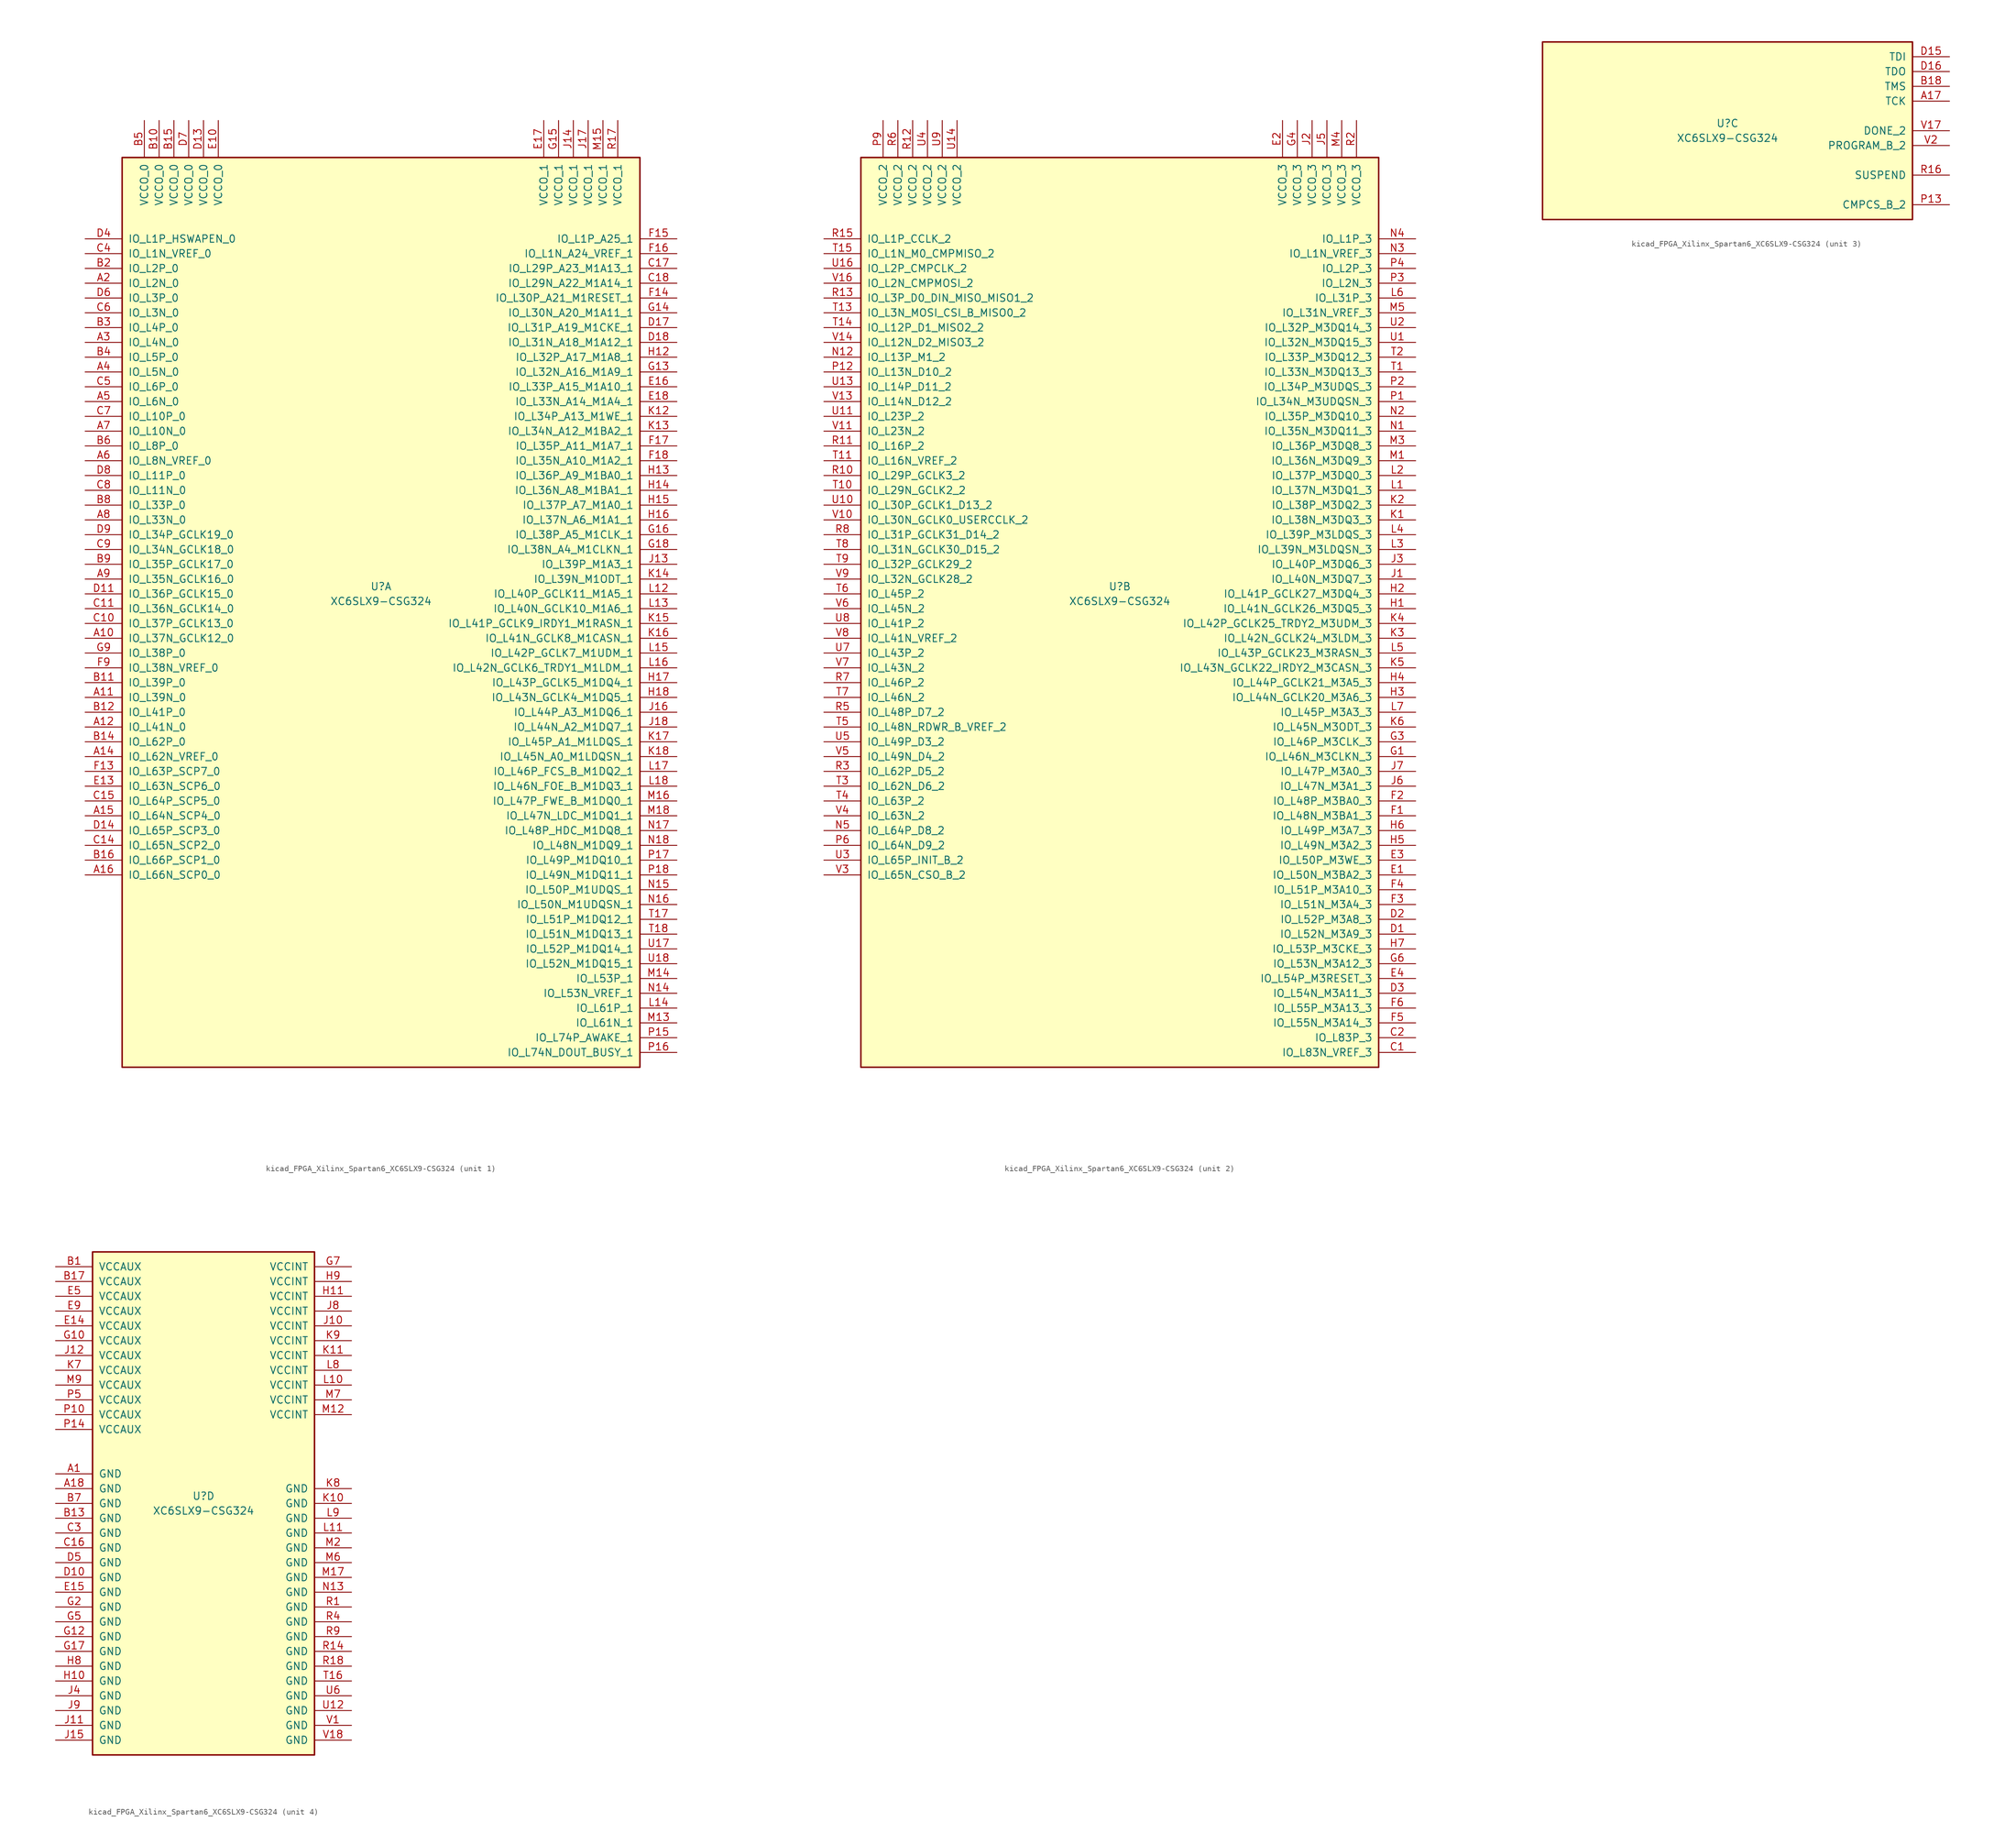
<source format=kicad_sym>
(kicad_symbol_lib
  (version 20220914)
  (generator kicad_symbol_editor)
  (symbol "kicad_FPGA_Xilinx_Spartan6_XC6SLX9-CSG324"
    (pin_names
      (offset 1.016))
    (property "Reference" "U"
      (at 0 1.27 0)
      (effects (font (size 1.27 1.27))))
    (property "Value" "XC6SLX9-CSG324"
      (at 0 -1.27 0)
      (effects (font (size 1.27 1.27))))
    (property "Datasheet" ""
      (at 0 0 0)
      (effects (font (size 1.27 1.27))))
    (property "ki_locked" ""
      (at 0 0 0)
      (effects (font (size 1.27 1.27))))
    (symbol "kicad_FPGA_Xilinx_Spartan6_XC6SLX9-CSG324_1_1"
      (rectangle (start -44.45 74.93) (end 44.45 -81.28) (stroke (width 0.254) (type default)) (fill (type background)))
      (pin bidirectional line (at -50.8 -7.62 0) (length 6.35) (name "IO_L37N_GCLK12_0" (effects (font (size 1.27 1.27)))) (number "A10" (effects (font (size 1.27 1.27)))))
      (pin bidirectional line (at -50.8 -17.78 0) (length 6.35) (name "IO_L39N_0" (effects (font (size 1.27 1.27)))) (number "A11" (effects (font (size 1.27 1.27)))))
      (pin bidirectional line (at -50.8 -22.86 0) (length 6.35) (name "IO_L41N_0" (effects (font (size 1.27 1.27)))) (number "A12" (effects (font (size 1.27 1.27)))))
      (pin bidirectional line (at -50.8 -27.94 0) (length 6.35) (name "IO_L62N_VREF_0" (effects (font (size 1.27 1.27)))) (number "A14" (effects (font (size 1.27 1.27)))))
      (pin bidirectional line (at -50.8 -38.1 0) (length 6.35) (name "IO_L64N_SCP4_0" (effects (font (size 1.27 1.27)))) (number "A15" (effects (font (size 1.27 1.27)))))
      (pin bidirectional line (at -50.8 -48.26 0) (length 6.35) (name "IO_L66N_SCP0_0" (effects (font (size 1.27 1.27)))) (number "A16" (effects (font (size 1.27 1.27)))))
      (pin bidirectional line (at -50.8 53.34 0) (length 6.35) (name "IO_L2N_0" (effects (font (size 1.27 1.27)))) (number "A2" (effects (font (size 1.27 1.27)))))
      (pin bidirectional line (at -50.8 43.18 0) (length 6.35) (name "IO_L4N_0" (effects (font (size 1.27 1.27)))) (number "A3" (effects (font (size 1.27 1.27)))))
      (pin bidirectional line (at -50.8 38.1 0) (length 6.35) (name "IO_L5N_0" (effects (font (size 1.27 1.27)))) (number "A4" (effects (font (size 1.27 1.27)))))
      (pin bidirectional line (at -50.8 33.02 0) (length 6.35) (name "IO_L6N_0" (effects (font (size 1.27 1.27)))) (number "A5" (effects (font (size 1.27 1.27)))))
      (pin bidirectional line (at -50.8 22.86 0) (length 6.35) (name "IO_L8N_VREF_0" (effects (font (size 1.27 1.27)))) (number "A6" (effects (font (size 1.27 1.27)))))
      (pin bidirectional line (at -50.8 27.94 0) (length 6.35) (name "IO_L10N_0" (effects (font (size 1.27 1.27)))) (number "A7" (effects (font (size 1.27 1.27)))))
      (pin bidirectional line (at -50.8 12.7 0) (length 6.35) (name "IO_L33N_0" (effects (font (size 1.27 1.27)))) (number "A8" (effects (font (size 1.27 1.27)))))
      (pin bidirectional line (at -50.8 2.54 0) (length 6.35) (name "IO_L35N_GCLK16_0" (effects (font (size 1.27 1.27)))) (number "A9" (effects (font (size 1.27 1.27)))))
      (pin power_in line (at -38.1 81.28 270) (length 6.35) (name "VCCO_0" (effects (font (size 1.27 1.27)))) (number "B10" (effects (font (size 1.27 1.27)))))
      (pin bidirectional line (at -50.8 -15.24 0) (length 6.35) (name "IO_L39P_0" (effects (font (size 1.27 1.27)))) (number "B11" (effects (font (size 1.27 1.27)))))
      (pin bidirectional line (at -50.8 -20.32 0) (length 6.35) (name "IO_L41P_0" (effects (font (size 1.27 1.27)))) (number "B12" (effects (font (size 1.27 1.27)))))
      (pin bidirectional line (at -50.8 -25.4 0) (length 6.35) (name "IO_L62P_0" (effects (font (size 1.27 1.27)))) (number "B14" (effects (font (size 1.27 1.27)))))
      (pin power_in line (at -35.56 81.28 270) (length 6.35) (name "VCCO_0" (effects (font (size 1.27 1.27)))) (number "B15" (effects (font (size 1.27 1.27)))))
      (pin bidirectional line (at -50.8 -45.72 0) (length 6.35) (name "IO_L66P_SCP1_0" (effects (font (size 1.27 1.27)))) (number "B16" (effects (font (size 1.27 1.27)))))
      (pin bidirectional line (at -50.8 55.88 0) (length 6.35) (name "IO_L2P_0" (effects (font (size 1.27 1.27)))) (number "B2" (effects (font (size 1.27 1.27)))))
      (pin bidirectional line (at -50.8 45.72 0) (length 6.35) (name "IO_L4P_0" (effects (font (size 1.27 1.27)))) (number "B3" (effects (font (size 1.27 1.27)))))
      (pin bidirectional line (at -50.8 40.64 0) (length 6.35) (name "IO_L5P_0" (effects (font (size 1.27 1.27)))) (number "B4" (effects (font (size 1.27 1.27)))))
      (pin power_in line (at -40.64 81.28 270) (length 6.35) (name "VCCO_0" (effects (font (size 1.27 1.27)))) (number "B5" (effects (font (size 1.27 1.27)))))
      (pin bidirectional line (at -50.8 25.4 0) (length 6.35) (name "IO_L8P_0" (effects (font (size 1.27 1.27)))) (number "B6" (effects (font (size 1.27 1.27)))))
      (pin bidirectional line (at -50.8 15.24 0) (length 6.35) (name "IO_L33P_0" (effects (font (size 1.27 1.27)))) (number "B8" (effects (font (size 1.27 1.27)))))
      (pin bidirectional line (at -50.8 5.08 0) (length 6.35) (name "IO_L35P_GCLK17_0" (effects (font (size 1.27 1.27)))) (number "B9" (effects (font (size 1.27 1.27)))))
      (pin bidirectional line (at -50.8 -5.08 0) (length 6.35) (name "IO_L37P_GCLK13_0" (effects (font (size 1.27 1.27)))) (number "C10" (effects (font (size 1.27 1.27)))))
      (pin bidirectional line (at -50.8 -2.54 0) (length 6.35) (name "IO_L36N_GCLK14_0" (effects (font (size 1.27 1.27)))) (number "C11" (effects (font (size 1.27 1.27)))))
      (pin bidirectional line (at -50.8 -43.18 0) (length 6.35) (name "IO_L65N_SCP2_0" (effects (font (size 1.27 1.27)))) (number "C14" (effects (font (size 1.27 1.27)))))
      (pin bidirectional line (at -50.8 -35.56 0) (length 6.35) (name "IO_L64P_SCP5_0" (effects (font (size 1.27 1.27)))) (number "C15" (effects (font (size 1.27 1.27)))))
      (pin bidirectional line (at 50.8 55.88 180) (length 6.35) (name "IO_L29P_A23_M1A13_1" (effects (font (size 1.27 1.27)))) (number "C17" (effects (font (size 1.27 1.27)))))
      (pin bidirectional line (at 50.8 53.34 180) (length 6.35) (name "IO_L29N_A22_M1A14_1" (effects (font (size 1.27 1.27)))) (number "C18" (effects (font (size 1.27 1.27)))))
      (pin bidirectional line (at -50.8 58.42 0) (length 6.35) (name "IO_L1N_VREF_0" (effects (font (size 1.27 1.27)))) (number "C4" (effects (font (size 1.27 1.27)))))
      (pin bidirectional line (at -50.8 35.56 0) (length 6.35) (name "IO_L6P_0" (effects (font (size 1.27 1.27)))) (number "C5" (effects (font (size 1.27 1.27)))))
      (pin bidirectional line (at -50.8 48.26 0) (length 6.35) (name "IO_L3N_0" (effects (font (size 1.27 1.27)))) (number "C6" (effects (font (size 1.27 1.27)))))
      (pin bidirectional line (at -50.8 30.48 0) (length 6.35) (name "IO_L10P_0" (effects (font (size 1.27 1.27)))) (number "C7" (effects (font (size 1.27 1.27)))))
      (pin bidirectional line (at -50.8 17.78 0) (length 6.35) (name "IO_L11N_0" (effects (font (size 1.27 1.27)))) (number "C8" (effects (font (size 1.27 1.27)))))
      (pin bidirectional line (at -50.8 7.62 0) (length 6.35) (name "IO_L34N_GCLK18_0" (effects (font (size 1.27 1.27)))) (number "C9" (effects (font (size 1.27 1.27)))))
      (pin bidirectional line (at -50.8 0 0) (length 6.35) (name "IO_L36P_GCLK15_0" (effects (font (size 1.27 1.27)))) (number "D11" (effects (font (size 1.27 1.27)))))
      (pin power_in line (at -30.48 81.28 270) (length 6.35) (name "VCCO_0" (effects (font (size 1.27 1.27)))) (number "D13" (effects (font (size 1.27 1.27)))))
      (pin bidirectional line (at -50.8 -40.64 0) (length 6.35) (name "IO_L65P_SCP3_0" (effects (font (size 1.27 1.27)))) (number "D14" (effects (font (size 1.27 1.27)))))
      (pin bidirectional line (at 50.8 45.72 180) (length 6.35) (name "IO_L31P_A19_M1CKE_1" (effects (font (size 1.27 1.27)))) (number "D17" (effects (font (size 1.27 1.27)))))
      (pin bidirectional line (at 50.8 43.18 180) (length 6.35) (name "IO_L31N_A18_M1A12_1" (effects (font (size 1.27 1.27)))) (number "D18" (effects (font (size 1.27 1.27)))))
      (pin bidirectional line (at -50.8 60.96 0) (length 6.35) (name "IO_L1P_HSWAPEN_0" (effects (font (size 1.27 1.27)))) (number "D4" (effects (font (size 1.27 1.27)))))
      (pin bidirectional line (at -50.8 50.8 0) (length 6.35) (name "IO_L3P_0" (effects (font (size 1.27 1.27)))) (number "D6" (effects (font (size 1.27 1.27)))))
      (pin power_in line (at -33.02 81.28 270) (length 6.35) (name "VCCO_0" (effects (font (size 1.27 1.27)))) (number "D7" (effects (font (size 1.27 1.27)))))
      (pin bidirectional line (at -50.8 20.32 0) (length 6.35) (name "IO_L11P_0" (effects (font (size 1.27 1.27)))) (number "D8" (effects (font (size 1.27 1.27)))))
      (pin bidirectional line (at -50.8 10.16 0) (length 6.35) (name "IO_L34P_GCLK19_0" (effects (font (size 1.27 1.27)))) (number "D9" (effects (font (size 1.27 1.27)))))
      (pin power_in line (at -27.94 81.28 270) (length 6.35) (name "VCCO_0" (effects (font (size 1.27 1.27)))) (number "E10" (effects (font (size 1.27 1.27)))))
      (pin bidirectional line (at -50.8 -33.02 0) (length 6.35) (name "IO_L63N_SCP6_0" (effects (font (size 1.27 1.27)))) (number "E13" (effects (font (size 1.27 1.27)))))
      (pin bidirectional line (at 50.8 35.56 180) (length 6.35) (name "IO_L33P_A15_M1A10_1" (effects (font (size 1.27 1.27)))) (number "E16" (effects (font (size 1.27 1.27)))))
      (pin power_in line (at 27.94 81.28 270) (length 6.35) (name "VCCO_1" (effects (font (size 1.27 1.27)))) (number "E17" (effects (font (size 1.27 1.27)))))
      (pin bidirectional line (at 50.8 33.02 180) (length 6.35) (name "IO_L33N_A14_M1A4_1" (effects (font (size 1.27 1.27)))) (number "E18" (effects (font (size 1.27 1.27)))))
      (pin bidirectional line (at -50.8 -30.48 0) (length 6.35) (name "IO_L63P_SCP7_0" (effects (font (size 1.27 1.27)))) (number "F13" (effects (font (size 1.27 1.27)))))
      (pin bidirectional line (at 50.8 50.8 180) (length 6.35) (name "IO_L30P_A21_M1RESET_1" (effects (font (size 1.27 1.27)))) (number "F14" (effects (font (size 1.27 1.27)))))
      (pin bidirectional line (at 50.8 60.96 180) (length 6.35) (name "IO_L1P_A25_1" (effects (font (size 1.27 1.27)))) (number "F15" (effects (font (size 1.27 1.27)))))
      (pin bidirectional line (at 50.8 58.42 180) (length 6.35) (name "IO_L1N_A24_VREF_1" (effects (font (size 1.27 1.27)))) (number "F16" (effects (font (size 1.27 1.27)))))
      (pin bidirectional line (at 50.8 25.4 180) (length 6.35) (name "IO_L35P_A11_M1A7_1" (effects (font (size 1.27 1.27)))) (number "F17" (effects (font (size 1.27 1.27)))))
      (pin bidirectional line (at 50.8 22.86 180) (length 6.35) (name "IO_L35N_A10_M1A2_1" (effects (font (size 1.27 1.27)))) (number "F18" (effects (font (size 1.27 1.27)))))
      (pin bidirectional line (at -50.8 -12.7 0) (length 6.35) (name "IO_L38N_VREF_0" (effects (font (size 1.27 1.27)))) (number "F9" (effects (font (size 1.27 1.27)))))
      (pin bidirectional line (at 50.8 38.1 180) (length 6.35) (name "IO_L32N_A16_M1A9_1" (effects (font (size 1.27 1.27)))) (number "G13" (effects (font (size 1.27 1.27)))))
      (pin bidirectional line (at 50.8 48.26 180) (length 6.35) (name "IO_L30N_A20_M1A11_1" (effects (font (size 1.27 1.27)))) (number "G14" (effects (font (size 1.27 1.27)))))
      (pin power_in line (at 30.48 81.28 270) (length 6.35) (name "VCCO_1" (effects (font (size 1.27 1.27)))) (number "G15" (effects (font (size 1.27 1.27)))))
      (pin bidirectional line (at 50.8 10.16 180) (length 6.35) (name "IO_L38P_A5_M1CLK_1" (effects (font (size 1.27 1.27)))) (number "G16" (effects (font (size 1.27 1.27)))))
      (pin bidirectional line (at 50.8 7.62 180) (length 6.35) (name "IO_L38N_A4_M1CLKN_1" (effects (font (size 1.27 1.27)))) (number "G18" (effects (font (size 1.27 1.27)))))
      (pin bidirectional line (at -50.8 -10.16 0) (length 6.35) (name "IO_L38P_0" (effects (font (size 1.27 1.27)))) (number "G9" (effects (font (size 1.27 1.27)))))
      (pin bidirectional line (at 50.8 40.64 180) (length 6.35) (name "IO_L32P_A17_M1A8_1" (effects (font (size 1.27 1.27)))) (number "H12" (effects (font (size 1.27 1.27)))))
      (pin bidirectional line (at 50.8 20.32 180) (length 6.35) (name "IO_L36P_A9_M1BA0_1" (effects (font (size 1.27 1.27)))) (number "H13" (effects (font (size 1.27 1.27)))))
      (pin bidirectional line (at 50.8 17.78 180) (length 6.35) (name "IO_L36N_A8_M1BA1_1" (effects (font (size 1.27 1.27)))) (number "H14" (effects (font (size 1.27 1.27)))))
      (pin bidirectional line (at 50.8 15.24 180) (length 6.35) (name "IO_L37P_A7_M1A0_1" (effects (font (size 1.27 1.27)))) (number "H15" (effects (font (size 1.27 1.27)))))
      (pin bidirectional line (at 50.8 12.7 180) (length 6.35) (name "IO_L37N_A6_M1A1_1" (effects (font (size 1.27 1.27)))) (number "H16" (effects (font (size 1.27 1.27)))))
      (pin bidirectional line (at 50.8 -15.24 180) (length 6.35) (name "IO_L43P_GCLK5_M1DQ4_1" (effects (font (size 1.27 1.27)))) (number "H17" (effects (font (size 1.27 1.27)))))
      (pin bidirectional line (at 50.8 -17.78 180) (length 6.35) (name "IO_L43N_GCLK4_M1DQ5_1" (effects (font (size 1.27 1.27)))) (number "H18" (effects (font (size 1.27 1.27)))))
      (pin bidirectional line (at 50.8 5.08 180) (length 6.35) (name "IO_L39P_M1A3_1" (effects (font (size 1.27 1.27)))) (number "J13" (effects (font (size 1.27 1.27)))))
      (pin power_in line (at 33.02 81.28 270) (length 6.35) (name "VCCO_1" (effects (font (size 1.27 1.27)))) (number "J14" (effects (font (size 1.27 1.27)))))
      (pin bidirectional line (at 50.8 -20.32 180) (length 6.35) (name "IO_L44P_A3_M1DQ6_1" (effects (font (size 1.27 1.27)))) (number "J16" (effects (font (size 1.27 1.27)))))
      (pin power_in line (at 35.56 81.28 270) (length 6.35) (name "VCCO_1" (effects (font (size 1.27 1.27)))) (number "J17" (effects (font (size 1.27 1.27)))))
      (pin bidirectional line (at 50.8 -22.86 180) (length 6.35) (name "IO_L44N_A2_M1DQ7_1" (effects (font (size 1.27 1.27)))) (number "J18" (effects (font (size 1.27 1.27)))))
      (pin bidirectional line (at 50.8 30.48 180) (length 6.35) (name "IO_L34P_A13_M1WE_1" (effects (font (size 1.27 1.27)))) (number "K12" (effects (font (size 1.27 1.27)))))
      (pin bidirectional line (at 50.8 27.94 180) (length 6.35) (name "IO_L34N_A12_M1BA2_1" (effects (font (size 1.27 1.27)))) (number "K13" (effects (font (size 1.27 1.27)))))
      (pin bidirectional line (at 50.8 2.54 180) (length 6.35) (name "IO_L39N_M1ODT_1" (effects (font (size 1.27 1.27)))) (number "K14" (effects (font (size 1.27 1.27)))))
      (pin bidirectional line (at 50.8 -5.08 180) (length 6.35) (name "IO_L41P_GCLK9_IRDY1_M1RASN_1" (effects (font (size 1.27 1.27)))) (number "K15" (effects (font (size 1.27 1.27)))))
      (pin bidirectional line (at 50.8 -7.62 180) (length 6.35) (name "IO_L41N_GCLK8_M1CASN_1" (effects (font (size 1.27 1.27)))) (number "K16" (effects (font (size 1.27 1.27)))))
      (pin bidirectional line (at 50.8 -25.4 180) (length 6.35) (name "IO_L45P_A1_M1LDQS_1" (effects (font (size 1.27 1.27)))) (number "K17" (effects (font (size 1.27 1.27)))))
      (pin bidirectional line (at 50.8 -27.94 180) (length 6.35) (name "IO_L45N_A0_M1LDQSN_1" (effects (font (size 1.27 1.27)))) (number "K18" (effects (font (size 1.27 1.27)))))
      (pin bidirectional line (at 50.8 0 180) (length 6.35) (name "IO_L40P_GCLK11_M1A5_1" (effects (font (size 1.27 1.27)))) (number "L12" (effects (font (size 1.27 1.27)))))
      (pin bidirectional line (at 50.8 -2.54 180) (length 6.35) (name "IO_L40N_GCLK10_M1A6_1" (effects (font (size 1.27 1.27)))) (number "L13" (effects (font (size 1.27 1.27)))))
      (pin bidirectional line (at 50.8 -71.12 180) (length 6.35) (name "IO_L61P_1" (effects (font (size 1.27 1.27)))) (number "L14" (effects (font (size 1.27 1.27)))))
      (pin bidirectional line (at 50.8 -10.16 180) (length 6.35) (name "IO_L42P_GCLK7_M1UDM_1" (effects (font (size 1.27 1.27)))) (number "L15" (effects (font (size 1.27 1.27)))))
      (pin bidirectional line (at 50.8 -12.7 180) (length 6.35) (name "IO_L42N_GCLK6_TRDY1_M1LDM_1" (effects (font (size 1.27 1.27)))) (number "L16" (effects (font (size 1.27 1.27)))))
      (pin bidirectional line (at 50.8 -30.48 180) (length 6.35) (name "IO_L46P_FCS_B_M1DQ2_1" (effects (font (size 1.27 1.27)))) (number "L17" (effects (font (size 1.27 1.27)))))
      (pin bidirectional line (at 50.8 -33.02 180) (length 6.35) (name "IO_L46N_FOE_B_M1DQ3_1" (effects (font (size 1.27 1.27)))) (number "L18" (effects (font (size 1.27 1.27)))))
      (pin bidirectional line (at 50.8 -73.66 180) (length 6.35) (name "IO_L61N_1" (effects (font (size 1.27 1.27)))) (number "M13" (effects (font (size 1.27 1.27)))))
      (pin bidirectional line (at 50.8 -66.04 180) (length 6.35) (name "IO_L53P_1" (effects (font (size 1.27 1.27)))) (number "M14" (effects (font (size 1.27 1.27)))))
      (pin power_in line (at 38.1 81.28 270) (length 6.35) (name "VCCO_1" (effects (font (size 1.27 1.27)))) (number "M15" (effects (font (size 1.27 1.27)))))
      (pin bidirectional line (at 50.8 -35.56 180) (length 6.35) (name "IO_L47P_FWE_B_M1DQ0_1" (effects (font (size 1.27 1.27)))) (number "M16" (effects (font (size 1.27 1.27)))))
      (pin bidirectional line (at 50.8 -38.1 180) (length 6.35) (name "IO_L47N_LDC_M1DQ1_1" (effects (font (size 1.27 1.27)))) (number "M18" (effects (font (size 1.27 1.27)))))
      (pin bidirectional line (at 50.8 -68.58 180) (length 6.35) (name "IO_L53N_VREF_1" (effects (font (size 1.27 1.27)))) (number "N14" (effects (font (size 1.27 1.27)))))
      (pin bidirectional line (at 50.8 -50.8 180) (length 6.35) (name "IO_L50P_M1UDQS_1" (effects (font (size 1.27 1.27)))) (number "N15" (effects (font (size 1.27 1.27)))))
      (pin bidirectional line (at 50.8 -53.34 180) (length 6.35) (name "IO_L50N_M1UDQSN_1" (effects (font (size 1.27 1.27)))) (number "N16" (effects (font (size 1.27 1.27)))))
      (pin bidirectional line (at 50.8 -40.64 180) (length 6.35) (name "IO_L48P_HDC_M1DQ8_1" (effects (font (size 1.27 1.27)))) (number "N17" (effects (font (size 1.27 1.27)))))
      (pin bidirectional line (at 50.8 -43.18 180) (length 6.35) (name "IO_L48N_M1DQ9_1" (effects (font (size 1.27 1.27)))) (number "N18" (effects (font (size 1.27 1.27)))))
      (pin bidirectional line (at 50.8 -76.2 180) (length 6.35) (name "IO_L74P_AWAKE_1" (effects (font (size 1.27 1.27)))) (number "P15" (effects (font (size 1.27 1.27)))))
      (pin bidirectional line (at 50.8 -78.74 180) (length 6.35) (name "IO_L74N_DOUT_BUSY_1" (effects (font (size 1.27 1.27)))) (number "P16" (effects (font (size 1.27 1.27)))))
      (pin bidirectional line (at 50.8 -45.72 180) (length 6.35) (name "IO_L49P_M1DQ10_1" (effects (font (size 1.27 1.27)))) (number "P17" (effects (font (size 1.27 1.27)))))
      (pin bidirectional line (at 50.8 -48.26 180) (length 6.35) (name "IO_L49N_M1DQ11_1" (effects (font (size 1.27 1.27)))) (number "P18" (effects (font (size 1.27 1.27)))))
      (pin power_in line (at 40.64 81.28 270) (length 6.35) (name "VCCO_1" (effects (font (size 1.27 1.27)))) (number "R17" (effects (font (size 1.27 1.27)))))
      (pin bidirectional line (at 50.8 -55.88 180) (length 6.35) (name "IO_L51P_M1DQ12_1" (effects (font (size 1.27 1.27)))) (number "T17" (effects (font (size 1.27 1.27)))))
      (pin bidirectional line (at 50.8 -58.42 180) (length 6.35) (name "IO_L51N_M1DQ13_1" (effects (font (size 1.27 1.27)))) (number "T18" (effects (font (size 1.27 1.27)))))
      (pin bidirectional line (at 50.8 -60.96 180) (length 6.35) (name "IO_L52P_M1DQ14_1" (effects (font (size 1.27 1.27)))) (number "U17" (effects (font (size 1.27 1.27)))))
      (pin bidirectional line (at 50.8 -63.5 180) (length 6.35) (name "IO_L52N_M1DQ15_1" (effects (font (size 1.27 1.27)))) (number "U18" (effects (font (size 1.27 1.27))))))
    (symbol "kicad_FPGA_Xilinx_Spartan6_XC6SLX9-CSG324_2_1"
      (rectangle (start -44.45 74.93) (end 44.45 -81.28) (stroke (width 0.254) (type default)) (fill (type background)))
      (pin bidirectional line (at 50.8 -78.74 180) (length 6.35) (name "IO_L83N_VREF_3" (effects (font (size 1.27 1.27)))) (number "C1" (effects (font (size 1.27 1.27)))))
      (pin bidirectional line (at 50.8 -76.2 180) (length 6.35) (name "IO_L83P_3" (effects (font (size 1.27 1.27)))) (number "C2" (effects (font (size 1.27 1.27)))))
      (pin bidirectional line (at 50.8 -58.42 180) (length 6.35) (name "IO_L52N_M3A9_3" (effects (font (size 1.27 1.27)))) (number "D1" (effects (font (size 1.27 1.27)))))
      (pin bidirectional line (at 50.8 -55.88 180) (length 6.35) (name "IO_L52P_M3A8_3" (effects (font (size 1.27 1.27)))) (number "D2" (effects (font (size 1.27 1.27)))))
      (pin bidirectional line (at 50.8 -68.58 180) (length 6.35) (name "IO_L54N_M3A11_3" (effects (font (size 1.27 1.27)))) (number "D3" (effects (font (size 1.27 1.27)))))
      (pin bidirectional line (at 50.8 -48.26 180) (length 6.35) (name "IO_L50N_M3BA2_3" (effects (font (size 1.27 1.27)))) (number "E1" (effects (font (size 1.27 1.27)))))
      (pin power_in line (at 27.94 81.28 270) (length 6.35) (name "VCCO_3" (effects (font (size 1.27 1.27)))) (number "E2" (effects (font (size 1.27 1.27)))))
      (pin bidirectional line (at 50.8 -45.72 180) (length 6.35) (name "IO_L50P_M3WE_3" (effects (font (size 1.27 1.27)))) (number "E3" (effects (font (size 1.27 1.27)))))
      (pin bidirectional line (at 50.8 -66.04 180) (length 6.35) (name "IO_L54P_M3RESET_3" (effects (font (size 1.27 1.27)))) (number "E4" (effects (font (size 1.27 1.27)))))
      (pin bidirectional line (at 50.8 -38.1 180) (length 6.35) (name "IO_L48N_M3BA1_3" (effects (font (size 1.27 1.27)))) (number "F1" (effects (font (size 1.27 1.27)))))
      (pin bidirectional line (at 50.8 -35.56 180) (length 6.35) (name "IO_L48P_M3BA0_3" (effects (font (size 1.27 1.27)))) (number "F2" (effects (font (size 1.27 1.27)))))
      (pin bidirectional line (at 50.8 -53.34 180) (length 6.35) (name "IO_L51N_M3A4_3" (effects (font (size 1.27 1.27)))) (number "F3" (effects (font (size 1.27 1.27)))))
      (pin bidirectional line (at 50.8 -50.8 180) (length 6.35) (name "IO_L51P_M3A10_3" (effects (font (size 1.27 1.27)))) (number "F4" (effects (font (size 1.27 1.27)))))
      (pin bidirectional line (at 50.8 -73.66 180) (length 6.35) (name "IO_L55N_M3A14_3" (effects (font (size 1.27 1.27)))) (number "F5" (effects (font (size 1.27 1.27)))))
      (pin bidirectional line (at 50.8 -71.12 180) (length 6.35) (name "IO_L55P_M3A13_3" (effects (font (size 1.27 1.27)))) (number "F6" (effects (font (size 1.27 1.27)))))
      (pin bidirectional line (at 50.8 -27.94 180) (length 6.35) (name "IO_L46N_M3CLKN_3" (effects (font (size 1.27 1.27)))) (number "G1" (effects (font (size 1.27 1.27)))))
      (pin bidirectional line (at 50.8 -25.4 180) (length 6.35) (name "IO_L46P_M3CLK_3" (effects (font (size 1.27 1.27)))) (number "G3" (effects (font (size 1.27 1.27)))))
      (pin power_in line (at 30.48 81.28 270) (length 6.35) (name "VCCO_3" (effects (font (size 1.27 1.27)))) (number "G4" (effects (font (size 1.27 1.27)))))
      (pin bidirectional line (at 50.8 -63.5 180) (length 6.35) (name "IO_L53N_M3A12_3" (effects (font (size 1.27 1.27)))) (number "G6" (effects (font (size 1.27 1.27)))))
      (pin bidirectional line (at 50.8 -2.54 180) (length 6.35) (name "IO_L41N_GCLK26_M3DQ5_3" (effects (font (size 1.27 1.27)))) (number "H1" (effects (font (size 1.27 1.27)))))
      (pin bidirectional line (at 50.8 0 180) (length 6.35) (name "IO_L41P_GCLK27_M3DQ4_3" (effects (font (size 1.27 1.27)))) (number "H2" (effects (font (size 1.27 1.27)))))
      (pin bidirectional line (at 50.8 -17.78 180) (length 6.35) (name "IO_L44N_GCLK20_M3A6_3" (effects (font (size 1.27 1.27)))) (number "H3" (effects (font (size 1.27 1.27)))))
      (pin bidirectional line (at 50.8 -15.24 180) (length 6.35) (name "IO_L44P_GCLK21_M3A5_3" (effects (font (size 1.27 1.27)))) (number "H4" (effects (font (size 1.27 1.27)))))
      (pin bidirectional line (at 50.8 -43.18 180) (length 6.35) (name "IO_L49N_M3A2_3" (effects (font (size 1.27 1.27)))) (number "H5" (effects (font (size 1.27 1.27)))))
      (pin bidirectional line (at 50.8 -40.64 180) (length 6.35) (name "IO_L49P_M3A7_3" (effects (font (size 1.27 1.27)))) (number "H6" (effects (font (size 1.27 1.27)))))
      (pin bidirectional line (at 50.8 -60.96 180) (length 6.35) (name "IO_L53P_M3CKE_3" (effects (font (size 1.27 1.27)))) (number "H7" (effects (font (size 1.27 1.27)))))
      (pin bidirectional line (at 50.8 2.54 180) (length 6.35) (name "IO_L40N_M3DQ7_3" (effects (font (size 1.27 1.27)))) (number "J1" (effects (font (size 1.27 1.27)))))
      (pin power_in line (at 33.02 81.28 270) (length 6.35) (name "VCCO_3" (effects (font (size 1.27 1.27)))) (number "J2" (effects (font (size 1.27 1.27)))))
      (pin bidirectional line (at 50.8 5.08 180) (length 6.35) (name "IO_L40P_M3DQ6_3" (effects (font (size 1.27 1.27)))) (number "J3" (effects (font (size 1.27 1.27)))))
      (pin power_in line (at 35.56 81.28 270) (length 6.35) (name "VCCO_3" (effects (font (size 1.27 1.27)))) (number "J5" (effects (font (size 1.27 1.27)))))
      (pin bidirectional line (at 50.8 -33.02 180) (length 6.35) (name "IO_L47N_M3A1_3" (effects (font (size 1.27 1.27)))) (number "J6" (effects (font (size 1.27 1.27)))))
      (pin bidirectional line (at 50.8 -30.48 180) (length 6.35) (name "IO_L47P_M3A0_3" (effects (font (size 1.27 1.27)))) (number "J7" (effects (font (size 1.27 1.27)))))
      (pin bidirectional line (at 50.8 12.7 180) (length 6.35) (name "IO_L38N_M3DQ3_3" (effects (font (size 1.27 1.27)))) (number "K1" (effects (font (size 1.27 1.27)))))
      (pin bidirectional line (at 50.8 15.24 180) (length 6.35) (name "IO_L38P_M3DQ2_3" (effects (font (size 1.27 1.27)))) (number "K2" (effects (font (size 1.27 1.27)))))
      (pin bidirectional line (at 50.8 -7.62 180) (length 6.35) (name "IO_L42N_GCLK24_M3LDM_3" (effects (font (size 1.27 1.27)))) (number "K3" (effects (font (size 1.27 1.27)))))
      (pin bidirectional line (at 50.8 -5.08 180) (length 6.35) (name "IO_L42P_GCLK25_TRDY2_M3UDM_3" (effects (font (size 1.27 1.27)))) (number "K4" (effects (font (size 1.27 1.27)))))
      (pin bidirectional line (at 50.8 -12.7 180) (length 6.35) (name "IO_L43N_GCLK22_IRDY2_M3CASN_3" (effects (font (size 1.27 1.27)))) (number "K5" (effects (font (size 1.27 1.27)))))
      (pin bidirectional line (at 50.8 -22.86 180) (length 6.35) (name "IO_L45N_M3ODT_3" (effects (font (size 1.27 1.27)))) (number "K6" (effects (font (size 1.27 1.27)))))
      (pin bidirectional line (at 50.8 17.78 180) (length 6.35) (name "IO_L37N_M3DQ1_3" (effects (font (size 1.27 1.27)))) (number "L1" (effects (font (size 1.27 1.27)))))
      (pin bidirectional line (at 50.8 20.32 180) (length 6.35) (name "IO_L37P_M3DQ0_3" (effects (font (size 1.27 1.27)))) (number "L2" (effects (font (size 1.27 1.27)))))
      (pin bidirectional line (at 50.8 7.62 180) (length 6.35) (name "IO_L39N_M3LDQSN_3" (effects (font (size 1.27 1.27)))) (number "L3" (effects (font (size 1.27 1.27)))))
      (pin bidirectional line (at 50.8 10.16 180) (length 6.35) (name "IO_L39P_M3LDQS_3" (effects (font (size 1.27 1.27)))) (number "L4" (effects (font (size 1.27 1.27)))))
      (pin bidirectional line (at 50.8 -10.16 180) (length 6.35) (name "IO_L43P_GCLK23_M3RASN_3" (effects (font (size 1.27 1.27)))) (number "L5" (effects (font (size 1.27 1.27)))))
      (pin bidirectional line (at 50.8 50.8 180) (length 6.35) (name "IO_L31P_3" (effects (font (size 1.27 1.27)))) (number "L6" (effects (font (size 1.27 1.27)))))
      (pin bidirectional line (at 50.8 -20.32 180) (length 6.35) (name "IO_L45P_M3A3_3" (effects (font (size 1.27 1.27)))) (number "L7" (effects (font (size 1.27 1.27)))))
      (pin bidirectional line (at 50.8 22.86 180) (length 6.35) (name "IO_L36N_M3DQ9_3" (effects (font (size 1.27 1.27)))) (number "M1" (effects (font (size 1.27 1.27)))))
      (pin bidirectional line (at 50.8 25.4 180) (length 6.35) (name "IO_L36P_M3DQ8_3" (effects (font (size 1.27 1.27)))) (number "M3" (effects (font (size 1.27 1.27)))))
      (pin power_in line (at 38.1 81.28 270) (length 6.35) (name "VCCO_3" (effects (font (size 1.27 1.27)))) (number "M4" (effects (font (size 1.27 1.27)))))
      (pin bidirectional line (at 50.8 48.26 180) (length 6.35) (name "IO_L31N_VREF_3" (effects (font (size 1.27 1.27)))) (number "M5" (effects (font (size 1.27 1.27)))))
      (pin bidirectional line (at 50.8 27.94 180) (length 6.35) (name "IO_L35N_M3DQ11_3" (effects (font (size 1.27 1.27)))) (number "N1" (effects (font (size 1.27 1.27)))))
      (pin bidirectional line (at -50.8 40.64 0) (length 6.35) (name "IO_L13P_M1_2" (effects (font (size 1.27 1.27)))) (number "N12" (effects (font (size 1.27 1.27)))))
      (pin bidirectional line (at 50.8 30.48 180) (length 6.35) (name "IO_L35P_M3DQ10_3" (effects (font (size 1.27 1.27)))) (number "N2" (effects (font (size 1.27 1.27)))))
      (pin bidirectional line (at 50.8 58.42 180) (length 6.35) (name "IO_L1N_VREF_3" (effects (font (size 1.27 1.27)))) (number "N3" (effects (font (size 1.27 1.27)))))
      (pin bidirectional line (at 50.8 60.96 180) (length 6.35) (name "IO_L1P_3" (effects (font (size 1.27 1.27)))) (number "N4" (effects (font (size 1.27 1.27)))))
      (pin bidirectional line (at -50.8 -40.64 0) (length 6.35) (name "IO_L64P_D8_2" (effects (font (size 1.27 1.27)))) (number "N5" (effects (font (size 1.27 1.27)))))
      (pin bidirectional line (at 50.8 33.02 180) (length 6.35) (name "IO_L34N_M3UDQSN_3" (effects (font (size 1.27 1.27)))) (number "P1" (effects (font (size 1.27 1.27)))))
      (pin bidirectional line (at -50.8 38.1 0) (length 6.35) (name "IO_L13N_D10_2" (effects (font (size 1.27 1.27)))) (number "P12" (effects (font (size 1.27 1.27)))))
      (pin bidirectional line (at 50.8 35.56 180) (length 6.35) (name "IO_L34P_M3UDQS_3" (effects (font (size 1.27 1.27)))) (number "P2" (effects (font (size 1.27 1.27)))))
      (pin bidirectional line (at 50.8 53.34 180) (length 6.35) (name "IO_L2N_3" (effects (font (size 1.27 1.27)))) (number "P3" (effects (font (size 1.27 1.27)))))
      (pin bidirectional line (at 50.8 55.88 180) (length 6.35) (name "IO_L2P_3" (effects (font (size 1.27 1.27)))) (number "P4" (effects (font (size 1.27 1.27)))))
      (pin bidirectional line (at -50.8 -43.18 0) (length 6.35) (name "IO_L64N_D9_2" (effects (font (size 1.27 1.27)))) (number "P6" (effects (font (size 1.27 1.27)))))
      (pin power_in line (at -40.64 81.28 270) (length 6.35) (name "VCCO_2" (effects (font (size 1.27 1.27)))) (number "P9" (effects (font (size 1.27 1.27)))))
      (pin bidirectional line (at -50.8 20.32 0) (length 6.35) (name "IO_L29P_GCLK3_2" (effects (font (size 1.27 1.27)))) (number "R10" (effects (font (size 1.27 1.27)))))
      (pin bidirectional line (at -50.8 25.4 0) (length 6.35) (name "IO_L16P_2" (effects (font (size 1.27 1.27)))) (number "R11" (effects (font (size 1.27 1.27)))))
      (pin power_in line (at -35.56 81.28 270) (length 6.35) (name "VCCO_2" (effects (font (size 1.27 1.27)))) (number "R12" (effects (font (size 1.27 1.27)))))
      (pin bidirectional line (at -50.8 50.8 0) (length 6.35) (name "IO_L3P_D0_DIN_MISO_MISO1_2" (effects (font (size 1.27 1.27)))) (number "R13" (effects (font (size 1.27 1.27)))))
      (pin bidirectional line (at -50.8 60.96 0) (length 6.35) (name "IO_L1P_CCLK_2" (effects (font (size 1.27 1.27)))) (number "R15" (effects (font (size 1.27 1.27)))))
      (pin power_in line (at 40.64 81.28 270) (length 6.35) (name "VCCO_3" (effects (font (size 1.27 1.27)))) (number "R2" (effects (font (size 1.27 1.27)))))
      (pin bidirectional line (at -50.8 -30.48 0) (length 6.35) (name "IO_L62P_D5_2" (effects (font (size 1.27 1.27)))) (number "R3" (effects (font (size 1.27 1.27)))))
      (pin bidirectional line (at -50.8 -20.32 0) (length 6.35) (name "IO_L48P_D7_2" (effects (font (size 1.27 1.27)))) (number "R5" (effects (font (size 1.27 1.27)))))
      (pin power_in line (at -38.1 81.28 270) (length 6.35) (name "VCCO_2" (effects (font (size 1.27 1.27)))) (number "R6" (effects (font (size 1.27 1.27)))))
      (pin bidirectional line (at -50.8 -15.24 0) (length 6.35) (name "IO_L46P_2" (effects (font (size 1.27 1.27)))) (number "R7" (effects (font (size 1.27 1.27)))))
      (pin bidirectional line (at -50.8 10.16 0) (length 6.35) (name "IO_L31P_GCLK31_D14_2" (effects (font (size 1.27 1.27)))) (number "R8" (effects (font (size 1.27 1.27)))))
      (pin bidirectional line (at 50.8 38.1 180) (length 6.35) (name "IO_L33N_M3DQ13_3" (effects (font (size 1.27 1.27)))) (number "T1" (effects (font (size 1.27 1.27)))))
      (pin bidirectional line (at -50.8 17.78 0) (length 6.35) (name "IO_L29N_GCLK2_2" (effects (font (size 1.27 1.27)))) (number "T10" (effects (font (size 1.27 1.27)))))
      (pin bidirectional line (at -50.8 22.86 0) (length 6.35) (name "IO_L16N_VREF_2" (effects (font (size 1.27 1.27)))) (number "T11" (effects (font (size 1.27 1.27)))))
      (pin bidirectional line (at -50.8 48.26 0) (length 6.35) (name "IO_L3N_MOSI_CSI_B_MISO0_2" (effects (font (size 1.27 1.27)))) (number "T13" (effects (font (size 1.27 1.27)))))
      (pin bidirectional line (at -50.8 45.72 0) (length 6.35) (name "IO_L12P_D1_MISO2_2" (effects (font (size 1.27 1.27)))) (number "T14" (effects (font (size 1.27 1.27)))))
      (pin bidirectional line (at -50.8 58.42 0) (length 6.35) (name "IO_L1N_M0_CMPMISO_2" (effects (font (size 1.27 1.27)))) (number "T15" (effects (font (size 1.27 1.27)))))
      (pin bidirectional line (at 50.8 40.64 180) (length 6.35) (name "IO_L33P_M3DQ12_3" (effects (font (size 1.27 1.27)))) (number "T2" (effects (font (size 1.27 1.27)))))
      (pin bidirectional line (at -50.8 -33.02 0) (length 6.35) (name "IO_L62N_D6_2" (effects (font (size 1.27 1.27)))) (number "T3" (effects (font (size 1.27 1.27)))))
      (pin bidirectional line (at -50.8 -35.56 0) (length 6.35) (name "IO_L63P_2" (effects (font (size 1.27 1.27)))) (number "T4" (effects (font (size 1.27 1.27)))))
      (pin bidirectional line (at -50.8 -22.86 0) (length 6.35) (name "IO_L48N_RDWR_B_VREF_2" (effects (font (size 1.27 1.27)))) (number "T5" (effects (font (size 1.27 1.27)))))
      (pin bidirectional line (at -50.8 0 0) (length 6.35) (name "IO_L45P_2" (effects (font (size 1.27 1.27)))) (number "T6" (effects (font (size 1.27 1.27)))))
      (pin bidirectional line (at -50.8 -17.78 0) (length 6.35) (name "IO_L46N_2" (effects (font (size 1.27 1.27)))) (number "T7" (effects (font (size 1.27 1.27)))))
      (pin bidirectional line (at -50.8 7.62 0) (length 6.35) (name "IO_L31N_GCLK30_D15_2" (effects (font (size 1.27 1.27)))) (number "T8" (effects (font (size 1.27 1.27)))))
      (pin bidirectional line (at -50.8 5.08 0) (length 6.35) (name "IO_L32P_GCLK29_2" (effects (font (size 1.27 1.27)))) (number "T9" (effects (font (size 1.27 1.27)))))
      (pin bidirectional line (at 50.8 43.18 180) (length 6.35) (name "IO_L32N_M3DQ15_3" (effects (font (size 1.27 1.27)))) (number "U1" (effects (font (size 1.27 1.27)))))
      (pin bidirectional line (at -50.8 15.24 0) (length 6.35) (name "IO_L30P_GCLK1_D13_2" (effects (font (size 1.27 1.27)))) (number "U10" (effects (font (size 1.27 1.27)))))
      (pin bidirectional line (at -50.8 30.48 0) (length 6.35) (name "IO_L23P_2" (effects (font (size 1.27 1.27)))) (number "U11" (effects (font (size 1.27 1.27)))))
      (pin bidirectional line (at -50.8 35.56 0) (length 6.35) (name "IO_L14P_D11_2" (effects (font (size 1.27 1.27)))) (number "U13" (effects (font (size 1.27 1.27)))))
      (pin power_in line (at -27.94 81.28 270) (length 6.35) (name "VCCO_2" (effects (font (size 1.27 1.27)))) (number "U14" (effects (font (size 1.27 1.27)))))
      (pin bidirectional line (at -50.8 55.88 0) (length 6.35) (name "IO_L2P_CMPCLK_2" (effects (font (size 1.27 1.27)))) (number "U16" (effects (font (size 1.27 1.27)))))
      (pin bidirectional line (at 50.8 45.72 180) (length 6.35) (name "IO_L32P_M3DQ14_3" (effects (font (size 1.27 1.27)))) (number "U2" (effects (font (size 1.27 1.27)))))
      (pin bidirectional line (at -50.8 -45.72 0) (length 6.35) (name "IO_L65P_INIT_B_2" (effects (font (size 1.27 1.27)))) (number "U3" (effects (font (size 1.27 1.27)))))
      (pin power_in line (at -33.02 81.28 270) (length 6.35) (name "VCCO_2" (effects (font (size 1.27 1.27)))) (number "U4" (effects (font (size 1.27 1.27)))))
      (pin bidirectional line (at -50.8 -25.4 0) (length 6.35) (name "IO_L49P_D3_2" (effects (font (size 1.27 1.27)))) (number "U5" (effects (font (size 1.27 1.27)))))
      (pin bidirectional line (at -50.8 -10.16 0) (length 6.35) (name "IO_L43P_2" (effects (font (size 1.27 1.27)))) (number "U7" (effects (font (size 1.27 1.27)))))
      (pin bidirectional line (at -50.8 -5.08 0) (length 6.35) (name "IO_L41P_2" (effects (font (size 1.27 1.27)))) (number "U8" (effects (font (size 1.27 1.27)))))
      (pin power_in line (at -30.48 81.28 270) (length 6.35) (name "VCCO_2" (effects (font (size 1.27 1.27)))) (number "U9" (effects (font (size 1.27 1.27)))))
      (pin bidirectional line (at -50.8 12.7 0) (length 6.35) (name "IO_L30N_GCLK0_USERCCLK_2" (effects (font (size 1.27 1.27)))) (number "V10" (effects (font (size 1.27 1.27)))))
      (pin bidirectional line (at -50.8 27.94 0) (length 6.35) (name "IO_L23N_2" (effects (font (size 1.27 1.27)))) (number "V11" (effects (font (size 1.27 1.27)))))
      (pin bidirectional line (at -50.8 33.02 0) (length 6.35) (name "IO_L14N_D12_2" (effects (font (size 1.27 1.27)))) (number "V13" (effects (font (size 1.27 1.27)))))
      (pin bidirectional line (at -50.8 43.18 0) (length 6.35) (name "IO_L12N_D2_MISO3_2" (effects (font (size 1.27 1.27)))) (number "V14" (effects (font (size 1.27 1.27)))))
      (pin bidirectional line (at -50.8 53.34 0) (length 6.35) (name "IO_L2N_CMPMOSI_2" (effects (font (size 1.27 1.27)))) (number "V16" (effects (font (size 1.27 1.27)))))
      (pin bidirectional line (at -50.8 -48.26 0) (length 6.35) (name "IO_L65N_CSO_B_2" (effects (font (size 1.27 1.27)))) (number "V3" (effects (font (size 1.27 1.27)))))
      (pin bidirectional line (at -50.8 -38.1 0) (length 6.35) (name "IO_L63N_2" (effects (font (size 1.27 1.27)))) (number "V4" (effects (font (size 1.27 1.27)))))
      (pin bidirectional line (at -50.8 -27.94 0) (length 6.35) (name "IO_L49N_D4_2" (effects (font (size 1.27 1.27)))) (number "V5" (effects (font (size 1.27 1.27)))))
      (pin bidirectional line (at -50.8 -2.54 0) (length 6.35) (name "IO_L45N_2" (effects (font (size 1.27 1.27)))) (number "V6" (effects (font (size 1.27 1.27)))))
      (pin bidirectional line (at -50.8 -12.7 0) (length 6.35) (name "IO_L43N_2" (effects (font (size 1.27 1.27)))) (number "V7" (effects (font (size 1.27 1.27)))))
      (pin bidirectional line (at -50.8 -7.62 0) (length 6.35) (name "IO_L41N_VREF_2" (effects (font (size 1.27 1.27)))) (number "V8" (effects (font (size 1.27 1.27)))))
      (pin bidirectional line (at -50.8 2.54 0) (length 6.35) (name "IO_L32N_GCLK28_2" (effects (font (size 1.27 1.27)))) (number "V9" (effects (font (size 1.27 1.27))))))
    (symbol "kicad_FPGA_Xilinx_Spartan6_XC6SLX9-CSG324_3_1"
      (rectangle (start -31.75 15.24) (end 31.75 -15.24) (stroke (width 0.254) (type default)) (fill (type background)))
      (pin bidirectional line (at 38.1 5.08 180) (length 6.35) (name "TCK" (effects (font (size 1.27 1.27)))) (number "A17" (effects (font (size 1.27 1.27)))))
      (pin bidirectional line (at 38.1 7.62 180) (length 6.35) (name "TMS" (effects (font (size 1.27 1.27)))) (number "B18" (effects (font (size 1.27 1.27)))))
      (pin bidirectional line (at 38.1 12.7 180) (length 6.35) (name "TDI" (effects (font (size 1.27 1.27)))) (number "D15" (effects (font (size 1.27 1.27)))))
      (pin bidirectional line (at 38.1 10.16 180) (length 6.35) (name "TDO" (effects (font (size 1.27 1.27)))) (number "D16" (effects (font (size 1.27 1.27)))))
      (pin bidirectional line (at 38.1 -12.7 180) (length 6.35) (name "CMPCS_B_2" (effects (font (size 1.27 1.27)))) (number "P13" (effects (font (size 1.27 1.27)))))
      (pin bidirectional line (at 38.1 -7.62 180) (length 6.35) (name "SUSPEND" (effects (font (size 1.27 1.27)))) (number "R16" (effects (font (size 1.27 1.27)))))
      (pin bidirectional line (at 38.1 0 180) (length 6.35) (name "DONE_2" (effects (font (size 1.27 1.27)))) (number "V17" (effects (font (size 1.27 1.27)))))
      (pin bidirectional line (at 38.1 -2.54 180) (length 6.35) (name "PROGRAM_B_2" (effects (font (size 1.27 1.27)))) (number "V2" (effects (font (size 1.27 1.27))))))
    (symbol "kicad_FPGA_Xilinx_Spartan6_XC6SLX9-CSG324_4_1"
      (rectangle (start -19.05 43.18) (end 19.05 -43.18) (stroke (width 0.254) (type default)) (fill (type background)))
      (pin power_in line (at -25.4 5.08 0) (length 6.35) (name "GND" (effects (font (size 1.27 1.27)))) (number "A1" (effects (font (size 1.27 1.27)))))
      (pin power_in line (at -25.4 2.54 0) (length 6.35) (name "GND" (effects (font (size 1.27 1.27)))) (number "A18" (effects (font (size 1.27 1.27)))))
      (pin power_in line (at -25.4 40.64 0) (length 6.35) (name "VCCAUX" (effects (font (size 1.27 1.27)))) (number "B1" (effects (font (size 1.27 1.27)))))
      (pin power_in line (at -25.4 -2.54 0) (length 6.35) (name "GND" (effects (font (size 1.27 1.27)))) (number "B13" (effects (font (size 1.27 1.27)))))
      (pin power_in line (at -25.4 38.1 0) (length 6.35) (name "VCCAUX" (effects (font (size 1.27 1.27)))) (number "B17" (effects (font (size 1.27 1.27)))))
      (pin power_in line (at -25.4 0 0) (length 6.35) (name "GND" (effects (font (size 1.27 1.27)))) (number "B7" (effects (font (size 1.27 1.27)))))
      (pin power_in line (at -25.4 -7.62 0) (length 6.35) (name "GND" (effects (font (size 1.27 1.27)))) (number "C16" (effects (font (size 1.27 1.27)))))
      (pin power_in line (at -25.4 -5.08 0) (length 6.35) (name "GND" (effects (font (size 1.27 1.27)))) (number "C3" (effects (font (size 1.27 1.27)))))
      (pin power_in line (at -25.4 -12.7 0) (length 6.35) (name "GND" (effects (font (size 1.27 1.27)))) (number "D10" (effects (font (size 1.27 1.27)))))
      (pin power_in line (at -25.4 -10.16 0) (length 6.35) (name "GND" (effects (font (size 1.27 1.27)))) (number "D5" (effects (font (size 1.27 1.27)))))
      (pin power_in line (at -25.4 30.48 0) (length 6.35) (name "VCCAUX" (effects (font (size 1.27 1.27)))) (number "E14" (effects (font (size 1.27 1.27)))))
      (pin power_in line (at -25.4 -15.24 0) (length 6.35) (name "GND" (effects (font (size 1.27 1.27)))) (number "E15" (effects (font (size 1.27 1.27)))))
      (pin power_in line (at -25.4 35.56 0) (length 6.35) (name "VCCAUX" (effects (font (size 1.27 1.27)))) (number "E5" (effects (font (size 1.27 1.27)))))
      (pin power_in line (at -25.4 33.02 0) (length 6.35) (name "VCCAUX" (effects (font (size 1.27 1.27)))) (number "E9" (effects (font (size 1.27 1.27)))))
      (pin power_in line (at -25.4 27.94 0) (length 6.35) (name "VCCAUX" (effects (font (size 1.27 1.27)))) (number "G10" (effects (font (size 1.27 1.27)))))
      (pin power_in line (at -25.4 -22.86 0) (length 6.35) (name "GND" (effects (font (size 1.27 1.27)))) (number "G12" (effects (font (size 1.27 1.27)))))
      (pin power_in line (at -25.4 -25.4 0) (length 6.35) (name "GND" (effects (font (size 1.27 1.27)))) (number "G17" (effects (font (size 1.27 1.27)))))
      (pin power_in line (at -25.4 -17.78 0) (length 6.35) (name "GND" (effects (font (size 1.27 1.27)))) (number "G2" (effects (font (size 1.27 1.27)))))
      (pin power_in line (at -25.4 -20.32 0) (length 6.35) (name "GND" (effects (font (size 1.27 1.27)))) (number "G5" (effects (font (size 1.27 1.27)))))
      (pin power_in line (at 25.4 40.64 180) (length 6.35) (name "VCCINT" (effects (font (size 1.27 1.27)))) (number "G7" (effects (font (size 1.27 1.27)))))
      (pin power_in line (at -25.4 -30.48 0) (length 6.35) (name "GND" (effects (font (size 1.27 1.27)))) (number "H10" (effects (font (size 1.27 1.27)))))
      (pin power_in line (at 25.4 35.56 180) (length 6.35) (name "VCCINT" (effects (font (size 1.27 1.27)))) (number "H11" (effects (font (size 1.27 1.27)))))
      (pin power_in line (at -25.4 -27.94 0) (length 6.35) (name "GND" (effects (font (size 1.27 1.27)))) (number "H8" (effects (font (size 1.27 1.27)))))
      (pin power_in line (at 25.4 38.1 180) (length 6.35) (name "VCCINT" (effects (font (size 1.27 1.27)))) (number "H9" (effects (font (size 1.27 1.27)))))
      (pin power_in line (at 25.4 30.48 180) (length 6.35) (name "VCCINT" (effects (font (size 1.27 1.27)))) (number "J10" (effects (font (size 1.27 1.27)))))
      (pin power_in line (at -25.4 -38.1 0) (length 6.35) (name "GND" (effects (font (size 1.27 1.27)))) (number "J11" (effects (font (size 1.27 1.27)))))
      (pin power_in line (at -25.4 25.4 0) (length 6.35) (name "VCCAUX" (effects (font (size 1.27 1.27)))) (number "J12" (effects (font (size 1.27 1.27)))))
      (pin power_in line (at -25.4 -40.64 0) (length 6.35) (name "GND" (effects (font (size 1.27 1.27)))) (number "J15" (effects (font (size 1.27 1.27)))))
      (pin power_in line (at -25.4 -33.02 0) (length 6.35) (name "GND" (effects (font (size 1.27 1.27)))) (number "J4" (effects (font (size 1.27 1.27)))))
      (pin power_in line (at 25.4 33.02 180) (length 6.35) (name "VCCINT" (effects (font (size 1.27 1.27)))) (number "J8" (effects (font (size 1.27 1.27)))))
      (pin power_in line (at -25.4 -35.56 0) (length 6.35) (name "GND" (effects (font (size 1.27 1.27)))) (number "J9" (effects (font (size 1.27 1.27)))))
      (pin power_in line (at 25.4 0 180) (length 6.35) (name "GND" (effects (font (size 1.27 1.27)))) (number "K10" (effects (font (size 1.27 1.27)))))
      (pin power_in line (at 25.4 25.4 180) (length 6.35) (name "VCCINT" (effects (font (size 1.27 1.27)))) (number "K11" (effects (font (size 1.27 1.27)))))
      (pin power_in line (at -25.4 22.86 0) (length 6.35) (name "VCCAUX" (effects (font (size 1.27 1.27)))) (number "K7" (effects (font (size 1.27 1.27)))))
      (pin power_in line (at 25.4 2.54 180) (length 6.35) (name "GND" (effects (font (size 1.27 1.27)))) (number "K8" (effects (font (size 1.27 1.27)))))
      (pin power_in line (at 25.4 27.94 180) (length 6.35) (name "VCCINT" (effects (font (size 1.27 1.27)))) (number "K9" (effects (font (size 1.27 1.27)))))
      (pin power_in line (at 25.4 20.32 180) (length 6.35) (name "VCCINT" (effects (font (size 1.27 1.27)))) (number "L10" (effects (font (size 1.27 1.27)))))
      (pin power_in line (at 25.4 -5.08 180) (length 6.35) (name "GND" (effects (font (size 1.27 1.27)))) (number "L11" (effects (font (size 1.27 1.27)))))
      (pin power_in line (at 25.4 22.86 180) (length 6.35) (name "VCCINT" (effects (font (size 1.27 1.27)))) (number "L8" (effects (font (size 1.27 1.27)))))
      (pin power_in line (at 25.4 -2.54 180) (length 6.35) (name "GND" (effects (font (size 1.27 1.27)))) (number "L9" (effects (font (size 1.27 1.27)))))
      (pin power_in line (at 25.4 15.24 180) (length 6.35) (name "VCCINT" (effects (font (size 1.27 1.27)))) (number "M12" (effects (font (size 1.27 1.27)))))
      (pin power_in line (at 25.4 -12.7 180) (length 6.35) (name "GND" (effects (font (size 1.27 1.27)))) (number "M17" (effects (font (size 1.27 1.27)))))
      (pin power_in line (at 25.4 -7.62 180) (length 6.35) (name "GND" (effects (font (size 1.27 1.27)))) (number "M2" (effects (font (size 1.27 1.27)))))
      (pin power_in line (at 25.4 -10.16 180) (length 6.35) (name "GND" (effects (font (size 1.27 1.27)))) (number "M6" (effects (font (size 1.27 1.27)))))
      (pin power_in line (at 25.4 17.78 180) (length 6.35) (name "VCCINT" (effects (font (size 1.27 1.27)))) (number "M7" (effects (font (size 1.27 1.27)))))
      (pin power_in line (at -25.4 20.32 0) (length 6.35) (name "VCCAUX" (effects (font (size 1.27 1.27)))) (number "M9" (effects (font (size 1.27 1.27)))))
      (pin power_in line (at 25.4 -15.24 180) (length 6.35) (name "GND" (effects (font (size 1.27 1.27)))) (number "N13" (effects (font (size 1.27 1.27)))))
      (pin power_in line (at -25.4 15.24 0) (length 6.35) (name "VCCAUX" (effects (font (size 1.27 1.27)))) (number "P10" (effects (font (size 1.27 1.27)))))
      (pin power_in line (at -25.4 12.7 0) (length 6.35) (name "VCCAUX" (effects (font (size 1.27 1.27)))) (number "P14" (effects (font (size 1.27 1.27)))))
      (pin power_in line (at -25.4 17.78 0) (length 6.35) (name "VCCAUX" (effects (font (size 1.27 1.27)))) (number "P5" (effects (font (size 1.27 1.27)))))
      (pin power_in line (at 25.4 -17.78 180) (length 6.35) (name "GND" (effects (font (size 1.27 1.27)))) (number "R1" (effects (font (size 1.27 1.27)))))
      (pin power_in line (at 25.4 -25.4 180) (length 6.35) (name "GND" (effects (font (size 1.27 1.27)))) (number "R14" (effects (font (size 1.27 1.27)))))
      (pin power_in line (at 25.4 -27.94 180) (length 6.35) (name "GND" (effects (font (size 1.27 1.27)))) (number "R18" (effects (font (size 1.27 1.27)))))
      (pin power_in line (at 25.4 -20.32 180) (length 6.35) (name "GND" (effects (font (size 1.27 1.27)))) (number "R4" (effects (font (size 1.27 1.27)))))
      (pin power_in line (at 25.4 -22.86 180) (length 6.35) (name "GND" (effects (font (size 1.27 1.27)))) (number "R9" (effects (font (size 1.27 1.27)))))
      (pin power_in line (at 25.4 -30.48 180) (length 6.35) (name "GND" (effects (font (size 1.27 1.27)))) (number "T16" (effects (font (size 1.27 1.27)))))
      (pin power_in line (at 25.4 -35.56 180) (length 6.35) (name "GND" (effects (font (size 1.27 1.27)))) (number "U12" (effects (font (size 1.27 1.27)))))
      (pin power_in line (at 25.4 -33.02 180) (length 6.35) (name "GND" (effects (font (size 1.27 1.27)))) (number "U6" (effects (font (size 1.27 1.27)))))
      (pin power_in line (at 25.4 -38.1 180) (length 6.35) (name "GND" (effects (font (size 1.27 1.27)))) (number "V1" (effects (font (size 1.27 1.27)))))
      (pin power_in line (at 25.4 -40.64 180) (length 6.35) (name "GND" (effects (font (size 1.27 1.27)))) (number "V18" (effects (font (size 1.27 1.27))))))))
</source>
